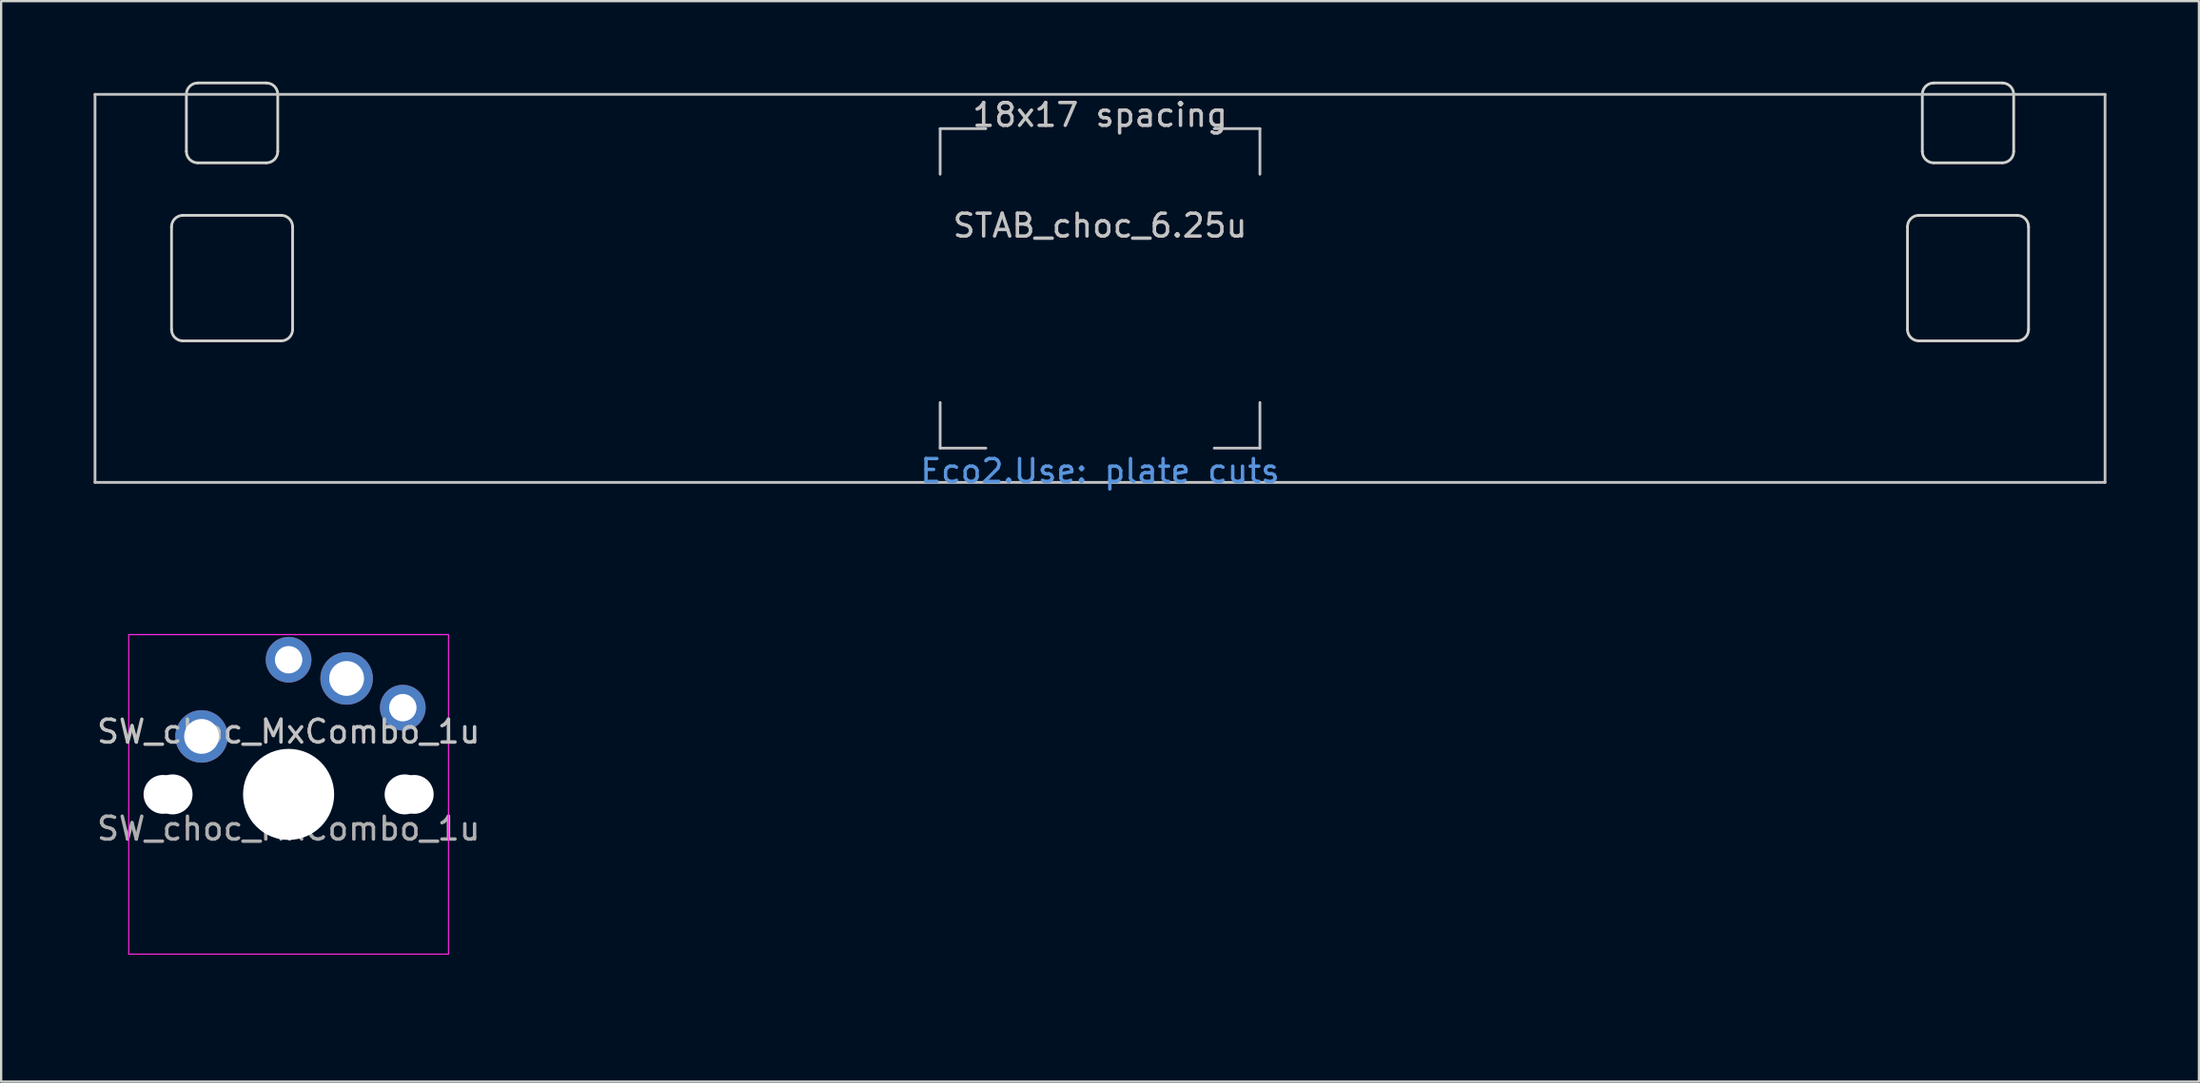
<source format=kicad_pcb>
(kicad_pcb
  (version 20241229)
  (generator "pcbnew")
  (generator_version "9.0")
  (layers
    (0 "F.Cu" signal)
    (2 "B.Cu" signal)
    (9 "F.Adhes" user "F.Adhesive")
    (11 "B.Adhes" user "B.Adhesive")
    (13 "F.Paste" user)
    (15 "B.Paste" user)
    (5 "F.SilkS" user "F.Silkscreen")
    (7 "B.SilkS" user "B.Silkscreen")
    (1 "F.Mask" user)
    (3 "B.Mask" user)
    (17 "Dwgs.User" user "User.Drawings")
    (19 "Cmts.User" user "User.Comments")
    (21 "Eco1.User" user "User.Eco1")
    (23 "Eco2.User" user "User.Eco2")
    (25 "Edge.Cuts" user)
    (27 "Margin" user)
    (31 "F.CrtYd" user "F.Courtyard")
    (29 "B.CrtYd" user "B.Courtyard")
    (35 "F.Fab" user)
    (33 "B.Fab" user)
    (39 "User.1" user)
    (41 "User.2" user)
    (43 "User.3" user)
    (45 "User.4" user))
  (footprint "STAB_choc_6.25u"
    (layer "F.Cu")
    (at 45.11 9.585)
    (property "Reference" "STAB_choc_6.25u" (at 0 -2.75 180) (layer "Dwgs.User") (effects (font (size 1 1) (thickness 0.15))))
    (attr exclude_from_pos_files exclude_from_bom)
    (fp_line (start -44 -8.5) (end 44 -8.5) (stroke (width 0.12) (type solid)) (layer "Dwgs.User"))
    (fp_line (start -44 8.5) (end -44 -8.5) (stroke (width 0.12) (type solid)) (layer "Dwgs.User"))
    (fp_line (start -7 -7) (end -7 -5) (stroke (width 0.12) (type solid)) (layer "Dwgs.User"))
    (fp_line (start -7 -7) (end -5 -7) (stroke (width 0.12) (type solid)) (layer "Dwgs.User"))
    (fp_line (start -7 7) (end -7 5) (stroke (width 0.12) (type solid)) (layer "Dwgs.User"))
    (fp_line (start -7 7) (end -5 7) (stroke (width 0.12) (type solid)) (layer "Dwgs.User"))
    (fp_line (start 7 -7) (end 5 -7) (stroke (width 0.12) (type solid)) (layer "Dwgs.User"))
    (fp_line (start 7 -7) (end 7 -5) (stroke (width 0.12) (type solid)) (layer "Dwgs.User"))
    (fp_line (start 7 5) (end 7 7) (stroke (width 0.12) (type solid)) (layer "Dwgs.User"))
    (fp_line (start 7 7) (end 5 7) (stroke (width 0.12) (type solid)) (layer "Dwgs.User"))
    (fp_line (start 44 -8.5) (end 44 8.5) (stroke (width 0.12) (type solid)) (layer "Dwgs.User"))
    (fp_line (start 44 8.5) (end -44 8.5) (stroke (width 0.12) (type solid)) (layer "Dwgs.User"))
    (fp_line (start -45.05 -9.525) (end -45.05 9.525) (stroke (width 0.12) (type solid)) (layer "Eco1.User"))
    (fp_line (start -45.05 9.525) (end 45.05 9.525) (stroke (width 0.12) (type solid)) (layer "Eco1.User"))
    (fp_line (start 45.05 -9.525) (end -45.05 -9.525) (stroke (width 0.12) (type solid)) (layer "Eco1.User"))
    (fp_line (start 45.05 9.525) (end 45.05 -9.525) (stroke (width 0.12) (type solid)) (layer "Eco1.User"))
    (fp_line (start -41.15 2.55) (end -41.15 -3.3) (stroke (width 0.05) (type solid)) (layer "Eco2.User"))
    (fp_line (start -40.65 -3.8) (end -40.3 -3.8) (stroke (width 0.05) (type solid)) (layer "Eco2.User"))
    (fp_line (start -40.65 3.05) (end -35.35 3.05) (stroke (width 0.05) (type solid)) (layer "Eco2.User"))
    (fp_line (start -39.8 -4.3) (end -39.8 -7.95) (stroke (width 0.05) (type solid)) (layer "Eco2.User"))
    (fp_line (start -39.3 -8.45) (end -36.7 -8.45) (stroke (width 0.05) (type solid)) (layer "Eco2.User"))
    (fp_line (start -36.2 -4.3) (end -36.2 -7.95) (stroke (width 0.05) (type solid)) (layer "Eco2.User"))
    (fp_line (start -35.35 -3.8) (end -35.7 -3.8) (stroke (width 0.05) (type solid)) (layer "Eco2.User"))
    (fp_line (start -34.85 2.55) (end -34.85 -3.3) (stroke (width 0.05) (type solid)) (layer "Eco2.User"))
    (fp_line (start 34.85 2.55) (end 34.85 -3.3) (stroke (width 0.05) (type solid)) (layer "Eco2.User"))
    (fp_line (start 35.35 -3.8) (end 35.7 -3.8) (stroke (width 0.05) (type solid)) (layer "Eco2.User"))
    (fp_line (start 36.2 -4.3) (end 36.2 -7.95) (stroke (width 0.05) (type solid)) (layer "Eco2.User"))
    (fp_line (start 39.3 -8.45) (end 36.7 -8.45) (stroke (width 0.05) (type solid)) (layer "Eco2.User"))
    (fp_line (start 39.8 -4.3) (end 39.8 -7.95) (stroke (width 0.05) (type solid)) (layer "Eco2.User"))
    (fp_line (start 40.65 -3.8) (end 40.3 -3.8) (stroke (width 0.05) (type solid)) (layer "Eco2.User"))
    (fp_line (start 40.65 3.05) (end 35.35 3.05) (stroke (width 0.05) (type solid)) (layer "Eco2.User"))
    (fp_line (start 41.15 2.55) (end 41.15 -3.3) (stroke (width 0.05) (type solid)) (layer "Eco2.User"))
    (fp_arc (start -41.15 -3.3) (mid -41.003553 -3.653553) (end -40.65 -3.8) (stroke (width 0.05) (type solid)) (layer "Eco2.User"))
    (fp_arc (start -40.65 3.05) (mid -41.003553 2.903553) (end -41.15 2.55) (stroke (width 0.05) (type solid)) (layer "Eco2.User"))
    (fp_arc (start -39.8 -7.95) (mid -39.653553 -8.303553) (end -39.3 -8.45) (stroke (width 0.05) (type solid)) (layer "Eco2.User"))
    (fp_arc (start -39.8 -4.3) (mid -39.946447 -3.946447) (end -40.3 -3.8) (stroke (width 0.05) (type solid)) (layer "Eco2.User"))
    (fp_arc (start -36.7 -8.45) (mid -36.346447 -8.303553) (end -36.2 -7.95) (stroke (width 0.05) (type solid)) (layer "Eco2.User"))
    (fp_arc (start -35.7 -3.8) (mid -36.053553 -3.946447) (end -36.2 -4.3) (stroke (width 0.05) (type solid)) (layer "Eco2.User"))
    (fp_arc (start -35.35 -3.8) (mid -34.996447 -3.653553) (end -34.85 -3.3) (stroke (width 0.05) (type solid)) (layer "Eco2.User"))
    (fp_arc (start -34.85 2.55) (mid -34.996447 2.903553) (end -35.35 3.05) (stroke (width 0.05) (type solid)) (layer "Eco2.User"))
    (fp_arc (start 34.85 -3.3) (mid 34.996447 -3.653553) (end 35.35 -3.8) (stroke (width 0.05) (type solid)) (layer "Eco2.User"))
    (fp_arc (start 35.35 3.05) (mid 34.996447 2.903553) (end 34.85 2.55) (stroke (width 0.05) (type solid)) (layer "Eco2.User"))
    (fp_arc (start 36.2 -7.95) (mid 36.346447 -8.303553) (end 36.7 -8.45) (stroke (width 0.05) (type solid)) (layer "Eco2.User"))
    (fp_arc (start 36.2 -4.3) (mid 36.053553 -3.946447) (end 35.7 -3.8) (stroke (width 0.05) (type solid)) (layer "Eco2.User"))
    (fp_arc (start 39.3 -8.45) (mid 39.653553 -8.303553) (end 39.8 -7.95) (stroke (width 0.05) (type solid)) (layer "Eco2.User"))
    (fp_arc (start 40.3 -3.8) (mid 39.946447 -3.946447) (end 39.8 -4.3) (stroke (width 0.05) (type solid)) (layer "Eco2.User"))
    (fp_arc (start 40.65 -3.8) (mid 41.003553 -3.653553) (end 41.15 -3.3) (stroke (width 0.05) (type solid)) (layer "Eco2.User"))
    (fp_arc (start 41.15 2.55) (mid 41.003553 2.903553) (end 40.65 3.05) (stroke (width 0.05) (type solid)) (layer "Eco2.User"))
    (fp_line (start -40.65 1.8) (end -40.65 -2.7) (stroke (width 0.12) (type solid)) (layer "Edge.Cuts"))
    (fp_line (start -40.15 -3.2) (end -35.85 -3.2) (stroke (width 0.12) (type solid)) (layer "Edge.Cuts"))
    (fp_line (start -40.15 2.3) (end -35.85 2.3) (stroke (width 0.12) (type solid)) (layer "Edge.Cuts"))
    (fp_line (start -40 -6) (end -40 -8.5) (stroke (width 0.12) (type solid)) (layer "Edge.Cuts"))
    (fp_line (start -39.5 -9) (end -36.5 -9) (stroke (width 0.12) (type solid)) (layer "Edge.Cuts"))
    (fp_line (start -39.5 -5.5) (end -36.5 -5.5) (stroke (width 0.12) (type solid)) (layer "Edge.Cuts"))
    (fp_line (start -36 -6) (end -36 -8.5) (stroke (width 0.12) (type solid)) (layer "Edge.Cuts"))
    (fp_line (start -35.35 1.8) (end -35.35 -2.7) (stroke (width 0.12) (type solid)) (layer "Edge.Cuts"))
    (fp_line (start 35.35 1.8) (end 35.35 -2.7) (stroke (width 0.12) (type solid)) (layer "Edge.Cuts"))
    (fp_line (start 36 -6) (end 36 -8.5) (stroke (width 0.12) (type solid)) (layer "Edge.Cuts"))
    (fp_line (start 39.5 -9) (end 36.5 -9) (stroke (width 0.12) (type solid)) (layer "Edge.Cuts"))
    (fp_line (start 39.5 -5.5) (end 36.5 -5.5) (stroke (width 0.12) (type solid)) (layer "Edge.Cuts"))
    (fp_line (start 40 -6) (end 40 -8.5) (stroke (width 0.12) (type solid)) (layer "Edge.Cuts"))
    (fp_line (start 40.15 -3.2) (end 35.85 -3.2) (stroke (width 0.12) (type solid)) (layer "Edge.Cuts"))
    (fp_line (start 40.15 2.3) (end 35.85 2.3) (stroke (width 0.12) (type solid)) (layer "Edge.Cuts"))
    (fp_line (start 40.65 1.8) (end 40.65 -2.7) (stroke (width 0.12) (type solid)) (layer "Edge.Cuts"))
    (fp_arc (start -40.65 -2.7) (mid -40.503553 -3.053553) (end -40.15 -3.2) (stroke (width 0.12) (type solid)) (layer "Edge.Cuts"))
    (fp_arc (start -40.15 2.3) (mid -40.503553 2.153553) (end -40.65 1.8) (stroke (width 0.12) (type solid)) (layer "Edge.Cuts"))
    (fp_arc (start -40 -8.5) (mid -39.853553 -8.853553) (end -39.5 -9) (stroke (width 0.12) (type solid)) (layer "Edge.Cuts"))
    (fp_arc (start -39.5 -5.5) (mid -39.853553 -5.646447) (end -40 -6) (stroke (width 0.12) (type solid)) (layer "Edge.Cuts"))
    (fp_arc (start -36.5 -9) (mid -36.146447 -8.853553) (end -36 -8.5) (stroke (width 0.12) (type solid)) (layer "Edge.Cuts"))
    (fp_arc (start -36 -6) (mid -36.146447 -5.646447) (end -36.5 -5.5) (stroke (width 0.12) (type solid)) (layer "Edge.Cuts"))
    (fp_arc (start -35.85 -3.2) (mid -35.496447 -3.053553) (end -35.35 -2.7) (stroke (width 0.12) (type solid)) (layer "Edge.Cuts"))
    (fp_arc (start -35.35 1.8) (mid -35.496447 2.153553) (end -35.85 2.3) (stroke (width 0.12) (type solid)) (layer "Edge.Cuts"))
    (fp_arc (start 35.35 -2.7) (mid 35.496447 -3.053553) (end 35.85 -3.2) (stroke (width 0.12) (type solid)) (layer "Edge.Cuts"))
    (fp_arc (start 35.85 2.3) (mid 35.496447 2.153553) (end 35.35 1.8) (stroke (width 0.12) (type solid)) (layer "Edge.Cuts"))
    (fp_arc (start 36 -8.5) (mid 36.146447 -8.853553) (end 36.5 -9) (stroke (width 0.12) (type solid)) (layer "Edge.Cuts"))
    (fp_arc (start 36.5 -5.5) (mid 36.146447 -5.646447) (end 36 -6) (stroke (width 0.12) (type solid)) (layer "Edge.Cuts"))
    (fp_arc (start 39.5 -9) (mid 39.853553 -8.853553) (end 40 -8.5) (stroke (width 0.12) (type solid)) (layer "Edge.Cuts"))
    (fp_arc (start 40 -6) (mid 39.853553 -5.646447) (end 39.5 -5.5) (stroke (width 0.12) (type solid)) (layer "Edge.Cuts"))
    (fp_arc (start 40.15 -3.2) (mid 40.503553 -3.053553) (end 40.65 -2.7) (stroke (width 0.12) (type solid)) (layer "Edge.Cuts"))
    (fp_arc (start 40.65 1.8) (mid 40.503553 2.153553) (end 40.15 2.3) (stroke (width 0.12) (type solid)) (layer "Edge.Cuts"))
    (fp_text user "18x17 spacing" (at 0 -7.6 0) (layer "Dwgs.User") (effects (font (size 1 1) (thickness 0.15))))
    (fp_text user "Eco2.Use: plate cuts" (at 0 8 0) (layer "Cmts.User") (effects (font (size 1 1) (thickness 0.15))))
    (fp_text user "19.05 spacing" (at 0 -8.7 0) (layer "Eco1.User") (effects (font (size 1 1) (thickness 0.15)))))
  (footprint "SW_choc_MxCombo_1u"
    (layer "F.Cu")
    (at 9.585 31.755)
    (property "Reference" "SW_choc_MxCombo_1u" (at 0 -2.75 180) (layer "Dwgs.User") (effects (font (size 1 1) (thickness 0.15))))
    (attr through_hole exclude_from_pos_files exclude_from_bom)
    (fp_line (start -9.525 -9.525) (end -9.525 9.525) (stroke (width 0.12) (type solid)) (layer "Eco1.User"))
    (fp_line (start -9.525 9.525) (end 9.525 9.525) (stroke (width 0.12) (type solid)) (layer "Eco1.User"))
    (fp_line (start 9.525 -9.525) (end -9.525 -9.525) (stroke (width 0.12) (type solid)) (layer "Eco1.User"))
    (fp_line (start 9.525 9.525) (end 9.525 -9.525) (stroke (width 0.12) (type solid)) (layer "Eco1.User"))
    (fp_line (start -6.95 6.45) (end -6.95 -6.45) (stroke (width 0.05) (type solid)) (layer "Eco2.User"))
    (fp_line (start -6.45 -6.95) (end 6.45 -6.95) (stroke (width 0.05) (type solid)) (layer "Eco2.User"))
    (fp_line (start 6.45 6.95) (end -6.45 6.95) (stroke (width 0.05) (type solid)) (layer "Eco2.User"))
    (fp_line (start 6.95 -6.45) (end 6.95 6.45) (stroke (width 0.05) (type solid)) (layer "Eco2.User"))
    (fp_arc (start -6.95 -6.45) (mid -6.803553 -6.803553) (end -6.45 -6.95) (stroke (width 0.05) (type solid)) (layer "Eco2.User"))
    (fp_arc (start -6.45 6.95) (mid -6.803553 6.803553) (end -6.95 6.45) (stroke (width 0.05) (type solid)) (layer "Eco2.User"))
    (fp_arc (start 6.45 -6.95) (mid 6.803553 -6.803553) (end 6.95 -6.45) (stroke (width 0.05) (type solid)) (layer "Eco2.User"))
    (fp_arc (start 6.95 6.45) (mid 6.803553 6.803553) (end 6.45 6.95) (stroke (width 0.05) (type solid)) (layer "Eco2.User"))
    (fp_line (start -7 -7) (end 7 -7) (stroke (width 0.05) (type solid)) (layer "F.CrtYd"))
    (fp_line (start -7 7) (end -7 -7) (stroke (width 0.05) (type solid)) (layer "F.CrtYd"))
    (fp_line (start 7 -7) (end 7 7) (stroke (width 0.05) (type solid)) (layer "F.CrtYd"))
    (fp_line (start 7 7) (end -7 7) (stroke (width 0.05) (type solid)) (layer "F.CrtYd"))
    (fp_text user "19.05 spacing" (at 0 -8.7 180) (layer "Eco1.User") (effects (font (size 1 1) (thickness 0.15))))
    (fp_text user "${REFERENCE}" (at 0 1.5 0) (layer "F.Fab") (effects (font (size 1 1) (thickness 0.15))))
    (pad "" np_thru_hole circle (at -5.5 0 180) (size 1.7 1.7) (drill 1.7) (layers "*.Cu" "*.Mask"))
    (pad "" np_thru_hole circle (at -5.08 0) (size 1.75 1.75) (drill 1.75) (layers "*.Cu" "*.Mask"))
    (pad "" np_thru_hole circle (at 0 0) (size 3.988 3.988) (drill 3.988) (layers "*.Cu" "*.Mask"))
    (pad "" np_thru_hole circle (at 5.08 0) (size 1.75 1.75) (drill 1.75) (layers "*.Cu" "*.Mask"))
    (pad "" np_thru_hole circle (at 5.5 0 180) (size 1.7 1.7) (drill 1.7) (layers "*.Cu" "*.Mask"))
    (pad "1" thru_hole circle (at -3.81 -2.54) (size 2.3 2.3) (drill 1.524) (layers "*.Cu" "B.Mask"))
    (pad "1" thru_hole circle (at 0 -5.9) (size 2 2) (drill 1.2) (layers "*.Cu" "B.Mask"))
    (pad "2" thru_hole circle (at 2.54 -5.08) (size 2.3 2.3) (drill 1.524) (layers "*.Cu" "B.Mask"))
    (pad "2" thru_hole circle (at 5 -3.8) (size 2 2) (drill 1.2) (layers "*.Cu" "B.Mask")))
  (gr_rect
    (start -3 -3)
    (end 93.22 44.34)
    (stroke (width 0.1) (type default))
    (fill no)
    (layer "Edge.Cuts")))
</source>
